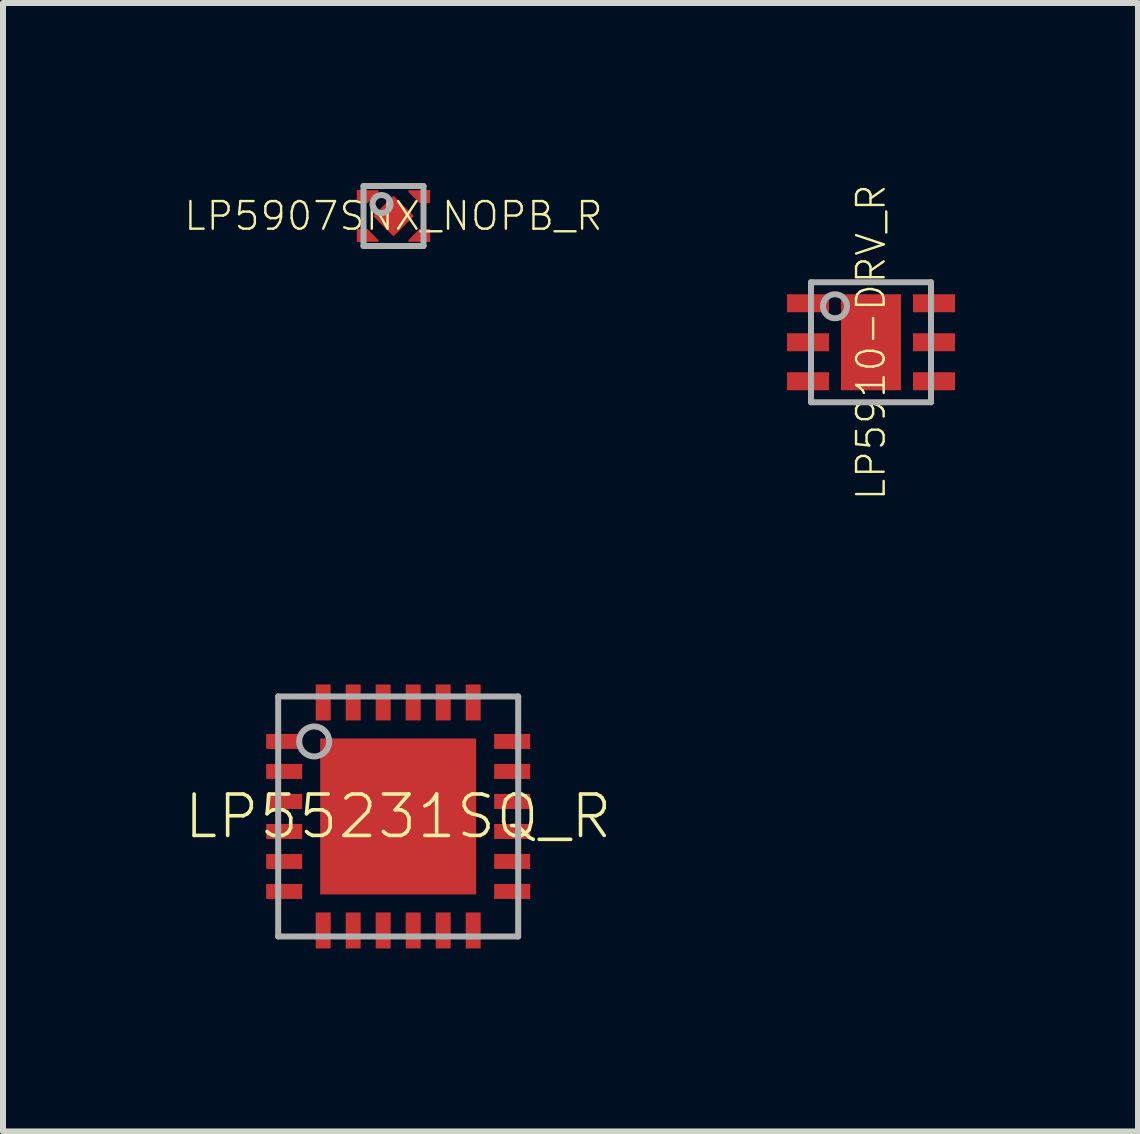
<source format=kicad_pcb>
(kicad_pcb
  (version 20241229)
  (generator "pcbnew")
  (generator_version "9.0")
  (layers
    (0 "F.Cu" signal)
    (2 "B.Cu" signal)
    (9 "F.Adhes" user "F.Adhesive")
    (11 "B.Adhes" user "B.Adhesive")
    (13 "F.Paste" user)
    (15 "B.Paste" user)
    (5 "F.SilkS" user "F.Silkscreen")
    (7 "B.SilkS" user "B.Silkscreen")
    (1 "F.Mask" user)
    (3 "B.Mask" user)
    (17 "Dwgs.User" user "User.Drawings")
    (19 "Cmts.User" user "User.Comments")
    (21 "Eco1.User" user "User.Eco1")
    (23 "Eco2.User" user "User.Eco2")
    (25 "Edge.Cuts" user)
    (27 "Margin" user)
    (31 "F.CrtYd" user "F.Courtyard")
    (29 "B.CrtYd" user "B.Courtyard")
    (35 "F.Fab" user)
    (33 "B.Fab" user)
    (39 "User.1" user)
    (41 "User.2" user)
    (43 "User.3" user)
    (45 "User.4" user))
  (footprint "LP5910-DRV_R"
    (layer "F.Cu")
    (at 11.466 2.654)
    (property "Reference" "LP5910-DRV_R" (at 0 0 90) (unlocked yes) (layer "F.SilkS") (effects (font (size 0.46 0.46) (thickness 0.04))))
    (fp_poly (pts (xy -1.45 -0.45) (xy -0.65 -0.45) (xy -0.65 -0.85) (xy -1.45 -0.85)) (stroke (width 0) (type default)) (fill yes) (layer "F.Mask"))
    (fp_poly (pts (xy -1.45 0.2) (xy -0.65 0.2) (xy -0.65 -0.2) (xy -1.45 -0.2)) (stroke (width 0) (type default)) (fill yes) (layer "F.Mask"))
    (fp_poly (pts (xy -1.45 0.85) (xy -0.65 0.85) (xy -0.65 0.45) (xy -1.45 0.45)) (stroke (width 0) (type default)) (fill yes) (layer "F.Mask"))
    (fp_poly (pts (xy -0.55 0.85) (xy 0.55 0.85) (xy 0.55 -0.85) (xy -0.55 -0.85)) (stroke (width 0) (type default)) (fill yes) (layer "F.Mask"))
    (fp_poly (pts (xy 0.65 -0.45) (xy 1.45 -0.45) (xy 1.45 -0.85) (xy 0.65 -0.85)) (stroke (width 0) (type default)) (fill yes) (layer "F.Mask"))
    (fp_poly (pts (xy 0.65 0.2) (xy 1.45 0.2) (xy 1.45 -0.2) (xy 0.65 -0.2)) (stroke (width 0) (type default)) (fill yes) (layer "F.Mask"))
    (fp_poly (pts (xy 0.65 0.85) (xy 1.45 0.85) (xy 1.45 0.45) (xy 0.65 0.45)) (stroke (width 0) (type default)) (fill yes) (layer "F.Mask"))
    (fp_poly (pts (xy -1.375 -0.525) (xy -0.725 -0.525) (xy -0.725 -0.775) (xy -1.375 -0.775)) (stroke (width 0) (type default)) (fill yes) (layer "F.Paste"))
    (fp_poly (pts (xy -1.375 0.125) (xy -0.725 0.125) (xy -0.725 -0.125) (xy -1.375 -0.125)) (stroke (width 0) (type default)) (fill yes) (layer "F.Paste"))
    (fp_poly (pts (xy -1.375 0.775) (xy -0.725 0.775) (xy -0.725 0.525) (xy -1.375 0.525)) (stroke (width 0) (type default)) (fill yes) (layer "F.Paste"))
    (fp_poly (pts (xy -0.4 0.7) (xy 0.4 0.7) (xy 0.4 -0.7) (xy -0.4 -0.7)) (stroke (width 0) (type default)) (fill yes) (layer "F.Paste"))
    (fp_poly (pts (xy 1.375 -0.775) (xy 0.725 -0.775) (xy 0.725 -0.525) (xy 1.375 -0.525)) (stroke (width 0) (type default)) (fill yes) (layer "F.Paste"))
    (fp_poly (pts (xy 1.375 -0.125) (xy 0.725 -0.125) (xy 0.725 0.125) (xy 1.375 0.125)) (stroke (width 0) (type default)) (fill yes) (layer "F.Paste"))
    (fp_poly (pts (xy 1.375 0.525) (xy 0.725 0.525) (xy 0.725 0.775) (xy 1.375 0.775)) (stroke (width 0) (type default)) (fill yes) (layer "F.Paste"))
    (fp_line (start -1 -1) (end -1 1) (stroke (width 0.1) (type solid)) (layer "F.Fab"))
    (fp_line (start -1 1) (end 1 1) (stroke (width 0.1) (type solid)) (layer "F.Fab"))
    (fp_line (start 1 -1) (end -1 -1) (stroke (width 0.1) (type solid)) (layer "F.Fab"))
    (fp_line (start 1 1) (end 1 -1) (stroke (width 0.1) (type solid)) (layer "F.Fab"))
    (fp_circle (center -0.6 -0.6) (end -0.4 -0.6) (stroke (width 0.1) (type solid)) (fill no) (layer "F.Fab"))
    (pad "0" smd rect (at 0 0) (size 1 1.6) (layers "F.Cu"))
    (pad "1" smd rect (at -1.05 -0.65) (size 0.7 0.3) (layers "F.Cu"))
    (pad "2" smd rect (at -1.05 0) (size 0.7 0.3) (layers "F.Cu"))
    (pad "3" smd rect (at -1.05 0.65) (size 0.7 0.3) (layers "F.Cu"))
    (pad "4" smd rect (at 1.05 0.65) (size 0.7 0.3) (layers "F.Cu"))
    (pad "5" smd rect (at 1.05 0) (size 0.7 0.3) (layers "F.Cu"))
    (pad "6" smd rect (at 1.05 -0.65) (size 0.7 0.3) (layers "F.Cu")))
  (footprint "LP55231SQ_R"
    (layer "F.Cu")
    (at 3.586 10.557)
    (property "Reference" "LP55231SQ_R" (at 0 0 0) (unlocked yes) (layer "F.SilkS") (effects (font (size 0.69 0.69) (thickness 0.06))))
    (fp_poly (pts (xy -2.25 -1.075) (xy -1.55 -1.075) (xy -1.55 -1.425) (xy -2.25 -1.425)) (stroke (width 0) (type default)) (fill yes) (layer "F.Mask"))
    (fp_poly (pts (xy -2.25 -0.575) (xy -1.55 -0.575) (xy -1.55 -0.925) (xy -2.25 -0.925)) (stroke (width 0) (type default)) (fill yes) (layer "F.Mask"))
    (fp_poly (pts (xy -2.25 -0.075) (xy -1.55 -0.075) (xy -1.55 -0.425) (xy -2.25 -0.425)) (stroke (width 0) (type default)) (fill yes) (layer "F.Mask"))
    (fp_poly (pts (xy -2.25 0.425) (xy -1.55 0.425) (xy -1.55 0.075) (xy -2.25 0.075)) (stroke (width 0) (type default)) (fill yes) (layer "F.Mask"))
    (fp_poly (pts (xy -2.25 0.925) (xy -1.55 0.925) (xy -1.55 0.575) (xy -2.25 0.575)) (stroke (width 0) (type default)) (fill yes) (layer "F.Mask"))
    (fp_poly (pts (xy -2.25 1.425) (xy -1.55 1.425) (xy -1.55 1.075) (xy -2.25 1.075)) (stroke (width 0) (type default)) (fill yes) (layer "F.Mask"))
    (fp_poly (pts (xy -1.425 -2.25) (xy -1.425 -1.55) (xy -1.075 -1.55) (xy -1.075 -2.25)) (stroke (width 0) (type default)) (fill yes) (layer "F.Mask"))
    (fp_poly (pts (xy -1.35 1.35) (xy 1.35 1.35) (xy 1.35 -1.35) (xy -1.35 -1.35)) (stroke (width 0) (type default)) (fill yes) (layer "F.Mask"))
    (fp_poly (pts (xy -1.075 2.25) (xy -1.075 1.55) (xy -1.425 1.55) (xy -1.425 2.25)) (stroke (width 0) (type default)) (fill yes) (layer "F.Mask"))
    (fp_poly (pts (xy -0.925 -2.25) (xy -0.925 -1.55) (xy -0.575 -1.55) (xy -0.575 -2.25)) (stroke (width 0) (type default)) (fill yes) (layer "F.Mask"))
    (fp_poly (pts (xy -0.575 2.25) (xy -0.575 1.55) (xy -0.925 1.55) (xy -0.925 2.25)) (stroke (width 0) (type default)) (fill yes) (layer "F.Mask"))
    (fp_poly (pts (xy -0.425 -2.25) (xy -0.425 -1.55) (xy -0.075 -1.55) (xy -0.075 -2.25)) (stroke (width 0) (type default)) (fill yes) (layer "F.Mask"))
    (fp_poly (pts (xy -0.075 2.25) (xy -0.075 1.55) (xy -0.425 1.55) (xy -0.425 2.25)) (stroke (width 0) (type default)) (fill yes) (layer "F.Mask"))
    (fp_poly (pts (xy 0.075 -2.25) (xy 0.075 -1.55) (xy 0.425 -1.55) (xy 0.425 -2.25)) (stroke (width 0) (type default)) (fill yes) (layer "F.Mask"))
    (fp_poly (pts (xy 0.425 2.25) (xy 0.425 1.55) (xy 0.075 1.55) (xy 0.075 2.25)) (stroke (width 0) (type default)) (fill yes) (layer "F.Mask"))
    (fp_poly (pts (xy 0.575 -2.25) (xy 0.575 -1.55) (xy 0.925 -1.55) (xy 0.925 -2.25)) (stroke (width 0) (type default)) (fill yes) (layer "F.Mask"))
    (fp_poly (pts (xy 0.925 2.25) (xy 0.925 1.55) (xy 0.575 1.55) (xy 0.575 2.25)) (stroke (width 0) (type default)) (fill yes) (layer "F.Mask"))
    (fp_poly (pts (xy 1.075 -2.25) (xy 1.075 -1.55) (xy 1.425 -1.55) (xy 1.425 -2.25)) (stroke (width 0) (type default)) (fill yes) (layer "F.Mask"))
    (fp_poly (pts (xy 1.425 2.25) (xy 1.425 1.55) (xy 1.075 1.55) (xy 1.075 2.25)) (stroke (width 0) (type default)) (fill yes) (layer "F.Mask"))
    (fp_poly (pts (xy 2.25 -1.425) (xy 1.55 -1.425) (xy 1.55 -1.075) (xy 2.25 -1.075)) (stroke (width 0) (type default)) (fill yes) (layer "F.Mask"))
    (fp_poly (pts (xy 2.25 -0.925) (xy 1.55 -0.925) (xy 1.55 -0.575) (xy 2.25 -0.575)) (stroke (width 0) (type default)) (fill yes) (layer "F.Mask"))
    (fp_poly (pts (xy 2.25 -0.425) (xy 1.55 -0.425) (xy 1.55 -0.075) (xy 2.25 -0.075)) (stroke (width 0) (type default)) (fill yes) (layer "F.Mask"))
    (fp_poly (pts (xy 2.25 0.075) (xy 1.55 0.075) (xy 1.55 0.425) (xy 2.25 0.425)) (stroke (width 0) (type default)) (fill yes) (layer "F.Mask"))
    (fp_poly (pts (xy 2.25 0.575) (xy 1.55 0.575) (xy 1.55 0.925) (xy 2.25 0.925)) (stroke (width 0) (type default)) (fill yes) (layer "F.Mask"))
    (fp_poly (pts (xy 2.25 1.075) (xy 1.55 1.075) (xy 1.55 1.425) (xy 2.25 1.425)) (stroke (width 0) (type default)) (fill yes) (layer "F.Mask"))
    (fp_poly (pts (xy -1.6 -1.125) (xy -2.2 -1.125) (xy -2.2 -1.375) (xy -1.6 -1.375)) (stroke (width 0) (type default)) (fill yes) (layer "F.Paste"))
    (fp_poly (pts (xy -1.6 -0.625) (xy -2.2 -0.625) (xy -2.2 -0.875) (xy -1.6 -0.875)) (stroke (width 0) (type default)) (fill yes) (layer "F.Paste"))
    (fp_poly (pts (xy -1.6 -0.125) (xy -2.2 -0.125) (xy -2.2 -0.375) (xy -1.6 -0.375)) (stroke (width 0) (type default)) (fill yes) (layer "F.Paste"))
    (fp_poly (pts (xy -1.6 0.375) (xy -2.2 0.375) (xy -2.2 0.125) (xy -1.6 0.125)) (stroke (width 0) (type default)) (fill yes) (layer "F.Paste"))
    (fp_poly (pts (xy -1.6 0.875) (xy -2.2 0.875) (xy -2.2 0.625) (xy -1.6 0.625)) (stroke (width 0) (type default)) (fill yes) (layer "F.Paste"))
    (fp_poly (pts (xy -1.6 1.375) (xy -2.2 1.375) (xy -2.2 1.125) (xy -1.6 1.125)) (stroke (width 0) (type default)) (fill yes) (layer "F.Paste"))
    (fp_poly (pts (xy -1.125 -1.6) (xy -1.375 -1.6) (xy -1.375 -2.2) (xy -1.125 -2.2)) (stroke (width 0) (type default)) (fill yes) (layer "F.Paste"))
    (fp_poly (pts (xy -1.125 2.2) (xy -1.375 2.2) (xy -1.375 1.6) (xy -1.125 1.6)) (stroke (width 0) (type default)) (fill yes) (layer "F.Paste"))
    (fp_poly (pts (xy -0.625 -1.6) (xy -0.875 -1.6) (xy -0.875 -2.2) (xy -0.625 -2.2)) (stroke (width 0) (type default)) (fill yes) (layer "F.Paste"))
    (fp_poly (pts (xy -0.625 2.2) (xy -0.875 2.2) (xy -0.875 1.6) (xy -0.625 1.6)) (stroke (width 0) (type default)) (fill yes) (layer "F.Paste"))
    (fp_poly (pts (xy -0.15 -0.15) (xy -1.15 -0.15) (xy -1.15 -1.15) (xy -0.15 -1.15)) (stroke (width 0) (type default)) (fill yes) (layer "F.Paste"))
    (fp_poly (pts (xy -0.15 1.15) (xy -1.15 1.15) (xy -1.15 0.15) (xy -0.15 0.15)) (stroke (width 0) (type default)) (fill yes) (layer "F.Paste"))
    (fp_poly (pts (xy -0.125 -1.6) (xy -0.375 -1.6) (xy -0.375 -2.2) (xy -0.125 -2.2)) (stroke (width 0) (type default)) (fill yes) (layer "F.Paste"))
    (fp_poly (pts (xy -0.125 2.2) (xy -0.375 2.2) (xy -0.375 1.6) (xy -0.125 1.6)) (stroke (width 0) (type default)) (fill yes) (layer "F.Paste"))
    (fp_poly (pts (xy 0.375 -1.6) (xy 0.125 -1.6) (xy 0.125 -2.2) (xy 0.375 -2.2)) (stroke (width 0) (type default)) (fill yes) (layer "F.Paste"))
    (fp_poly (pts (xy 0.375 2.2) (xy 0.125 2.2) (xy 0.125 1.6) (xy 0.375 1.6)) (stroke (width 0) (type default)) (fill yes) (layer "F.Paste"))
    (fp_poly (pts (xy 0.875 -1.6) (xy 0.625 -1.6) (xy 0.625 -2.2) (xy 0.875 -2.2)) (stroke (width 0) (type default)) (fill yes) (layer "F.Paste"))
    (fp_poly (pts (xy 0.875 2.2) (xy 0.625 2.2) (xy 0.625 1.6) (xy 0.875 1.6)) (stroke (width 0) (type default)) (fill yes) (layer "F.Paste"))
    (fp_poly (pts (xy 1.15 -0.15) (xy 0.15 -0.15) (xy 0.15 -1.15) (xy 1.15 -1.15)) (stroke (width 0) (type default)) (fill yes) (layer "F.Paste"))
    (fp_poly (pts (xy 1.15 1.15) (xy 0.15 1.15) (xy 0.15 0.15) (xy 1.15 0.15)) (stroke (width 0) (type default)) (fill yes) (layer "F.Paste"))
    (fp_poly (pts (xy 1.375 -1.6) (xy 1.125 -1.6) (xy 1.125 -2.2) (xy 1.375 -2.2)) (stroke (width 0) (type default)) (fill yes) (layer "F.Paste"))
    (fp_poly (pts (xy 1.375 2.2) (xy 1.125 2.2) (xy 1.125 1.6) (xy 1.375 1.6)) (stroke (width 0) (type default)) (fill yes) (layer "F.Paste"))
    (fp_poly (pts (xy 2.2 -1.125) (xy 1.6 -1.125) (xy 1.6 -1.375) (xy 2.2 -1.375)) (stroke (width 0) (type default)) (fill yes) (layer "F.Paste"))
    (fp_poly (pts (xy 2.2 -0.625) (xy 1.6 -0.625) (xy 1.6 -0.875) (xy 2.2 -0.875)) (stroke (width 0) (type default)) (fill yes) (layer "F.Paste"))
    (fp_poly (pts (xy 2.2 -0.125) (xy 1.6 -0.125) (xy 1.6 -0.375) (xy 2.2 -0.375)) (stroke (width 0) (type default)) (fill yes) (layer "F.Paste"))
    (fp_poly (pts (xy 2.2 0.375) (xy 1.6 0.375) (xy 1.6 0.125) (xy 2.2 0.125)) (stroke (width 0) (type default)) (fill yes) (layer "F.Paste"))
    (fp_poly (pts (xy 2.2 0.875) (xy 1.6 0.875) (xy 1.6 0.625) (xy 2.2 0.625)) (stroke (width 0) (type default)) (fill yes) (layer "F.Paste"))
    (fp_poly (pts (xy 2.2 1.375) (xy 1.6 1.375) (xy 1.6 1.125) (xy 2.2 1.125)) (stroke (width 0) (type default)) (fill yes) (layer "F.Paste"))
    (fp_line (start -2 -2) (end -2 2) (stroke (width 0.1) (type solid)) (layer "F.Fab"))
    (fp_line (start -2 2) (end 2 2) (stroke (width 0.1) (type solid)) (layer "F.Fab"))
    (fp_line (start 2 -2) (end -2 -2) (stroke (width 0.1) (type solid)) (layer "F.Fab"))
    (fp_line (start 2 2) (end 2 -2) (stroke (width 0.1) (type solid)) (layer "F.Fab"))
    (fp_circle (center -1.4 -1.25) (end -1.15 -1.25) (stroke (width 0.1) (type solid)) (fill no) (layer "F.Fab"))
    (pad "0" smd rect (at 0 0) (size 2.6 2.6) (layers "F.Cu"))
    (pad "1" smd rect (at -1.9 -1.25 180) (size 0.6 0.25) (layers "F.Cu"))
    (pad "2" smd rect (at -1.9 -0.75 180) (size 0.6 0.25) (layers "F.Cu"))
    (pad "3" smd rect (at -1.9 -0.25 180) (size 0.6 0.25) (layers "F.Cu"))
    (pad "4" smd rect (at -1.9 0.25 180) (size 0.6 0.25) (layers "F.Cu"))
    (pad "5" smd rect (at -1.9 0.75 180) (size 0.6 0.25) (layers "F.Cu"))
    (pad "6" smd rect (at -1.9 1.25 180) (size 0.6 0.25) (layers "F.Cu"))
    (pad "7" smd rect (at -1.25 1.9 90) (size 0.6 0.25) (layers "F.Cu"))
    (pad "8" smd rect (at -0.75 1.9 90) (size 0.6 0.25) (layers "F.Cu"))
    (pad "9" smd rect (at -0.25 1.9 90) (size 0.6 0.25) (layers "F.Cu"))
    (pad "10" smd rect (at 0.25 1.9 90) (size 0.6 0.25) (layers "F.Cu"))
    (pad "11" smd rect (at 0.75 1.9 90) (size 0.6 0.25) (layers "F.Cu"))
    (pad "12" smd rect (at 1.25 1.9 90) (size 0.6 0.25) (layers "F.Cu"))
    (pad "13" smd rect (at 1.9 1.25) (size 0.6 0.25) (layers "F.Cu"))
    (pad "14" smd rect (at 1.9 0.75) (size 0.6 0.25) (layers "F.Cu"))
    (pad "15" smd rect (at 1.9 0.25) (size 0.6 0.25) (layers "F.Cu"))
    (pad "16" smd rect (at 1.9 -0.25) (size 0.6 0.25) (layers "F.Cu"))
    (pad "17" smd rect (at 1.9 -0.75) (size 0.6 0.25) (layers "F.Cu"))
    (pad "18" smd rect (at 1.9 -1.25) (size 0.6 0.25) (layers "F.Cu"))
    (pad "19" smd rect (at 1.25 -1.9 90) (size 0.6 0.25) (layers "F.Cu"))
    (pad "20" smd rect (at 0.75 -1.9 90) (size 0.6 0.25) (layers "F.Cu"))
    (pad "21" smd rect (at 0.25 -1.9 90) (size 0.6 0.25) (layers "F.Cu"))
    (pad "22" smd rect (at -0.25 -1.9 90) (size 0.6 0.25) (layers "F.Cu"))
    (pad "23" smd rect (at -0.75 -1.9 90) (size 0.6 0.25) (layers "F.Cu"))
    (pad "24" smd rect (at -1.25 -1.9 90) (size 0.6 0.25) (layers "F.Cu")))
  (footprint "LP5907SNX_NOPB_R"
    (layer "F.Cu")
    (at 3.508 0.55)
    (property "Reference" "LP5907SNX_NOPB_R" (at 0 0 0) (unlocked yes) (layer "F.SilkS") (effects (font (size 0.46 0.46) (thickness 0.04))))
    (fp_poly (pts (xy -0.25 -0.4) (xy -0.43 -0.22) (xy -0.61 -0.22) (xy -0.61 -0.43) (xy -0.25 -0.43)) (stroke (width 0) (type default)) (fill yes) (layer "F.Cu"))
    (fp_poly (pts (xy -0.25 0.4) (xy -0.25 0.43) (xy -0.61 0.43) (xy -0.61 0.22) (xy -0.43 0.22)) (stroke (width 0) (type default)) (fill yes) (layer "F.Cu"))
    (fp_poly (pts (xy 0.61 -0.22) (xy 0.43 -0.22) (xy 0.25 -0.4) (xy 0.25 -0.43) (xy 0.61 -0.43)) (stroke (width 0) (type default)) (fill yes) (layer "F.Cu"))
    (fp_poly (pts (xy 0.61 0.43) (xy 0.25 0.43) (xy 0.25 0.4) (xy 0.43 0.22) (xy 0.61 0.22)) (stroke (width 0) (type default)) (fill yes) (layer "F.Cu"))
    (fp_poly (pts (xy 0 0.417) (xy 0.417 0) (xy 0 -0.417) (xy -0.417 0)) (stroke (width 0) (type default)) (fill yes) (layer "F.Mask"))
    (fp_poly (pts (xy -0.2 -0.38) (xy -0.41 -0.17) (xy -0.66 -0.17) (xy -0.66 -0.48) (xy -0.2 -0.48)) (stroke (width 0) (type default)) (fill yes) (layer "F.Mask"))
    (fp_poly (pts (xy -0.2 0.38) (xy -0.2 0.48) (xy -0.66 0.48) (xy -0.66 0.17) (xy -0.41 0.17)) (stroke (width 0) (type default)) (fill yes) (layer "F.Mask"))
    (fp_poly (pts (xy 0.66 -0.17) (xy 0.41 -0.17) (xy 0.2 -0.38) (xy 0.2 -0.48) (xy 0.66 -0.48)) (stroke (width 0) (type default)) (fill yes) (layer "F.Mask"))
    (fp_poly (pts (xy 0.66 0.48) (xy 0.2 0.48) (xy 0.2 0.38) (xy 0.41 0.17) (xy 0.66 0.17)) (stroke (width 0) (type default)) (fill yes) (layer "F.Mask"))
    (fp_poly (pts (xy 0 0.318) (xy 0.318 0) (xy 0 -0.318) (xy -0.318 0)) (stroke (width 0) (type default)) (fill yes) (layer "F.Paste"))
    (fp_poly (pts (xy -0.25 -0.4) (xy -0.43 -0.22) (xy -0.66 -0.22) (xy -0.66 -0.43) (xy -0.25 -0.43)) (stroke (width 0) (type default)) (fill yes) (layer "F.Paste"))
    (fp_poly (pts (xy -0.25 0.4) (xy -0.25 0.43) (xy -0.66 0.43) (xy -0.66 0.22) (xy -0.43 0.22)) (stroke (width 0) (type default)) (fill yes) (layer "F.Paste"))
    (fp_poly (pts (xy 0.66 -0.22) (xy 0.43 -0.22) (xy 0.25 -0.4) (xy 0.25 -0.43) (xy 0.66 -0.43)) (stroke (width 0) (type default)) (fill yes) (layer "F.Paste"))
    (fp_poly (pts (xy 0.66 0.43) (xy 0.25 0.43) (xy 0.25 0.4) (xy 0.43 0.22) (xy 0.66 0.22)) (stroke (width 0) (type default)) (fill yes) (layer "F.Paste"))
    (fp_line (start -0.5 -0.5) (end -0.5 0.5) (stroke (width 0.1) (type solid)) (layer "F.Fab"))
    (fp_line (start -0.5 0.5) (end 0.5 0.5) (stroke (width 0.1) (type solid)) (layer "F.Fab"))
    (fp_line (start 0.5 -0.5) (end -0.5 -0.5) (stroke (width 0.1) (type solid)) (layer "F.Fab"))
    (fp_line (start 0.5 0.5) (end 0.5 -0.5) (stroke (width 0.1) (type solid)) (layer "F.Fab"))
    (fp_circle (center -0.2 -0.2) (end -0.05 -0.2) (stroke (width 0.1) (type solid)) (fill no) (layer "F.Fab"))
    (pad "1" smd rect (at -0.52 -0.325 180) (size 0.18 0.21) (layers "F.Cu"))
    (pad "2" smd rect (at -0.52 0.325 180) (size 0.18 0.21) (layers "F.Cu"))
    (pad "3" smd rect (at 0.52 0.325 180) (size 0.18 0.21) (layers "F.Cu"))
    (pad "4" smd rect (at 0.52 -0.325 180) (size 0.18 0.21) (layers "F.Cu"))
    (pad "5" smd rect (at 0 0 45) (size 0.48 0.48) (layers "F.Cu" "F.Paste")))
  (gr_rect
    (start -3 -3)
    (end 15.916 15.807)
    (stroke (width 0.1) (type default))
    (fill no)
    (layer "Edge.Cuts")))
</source>
